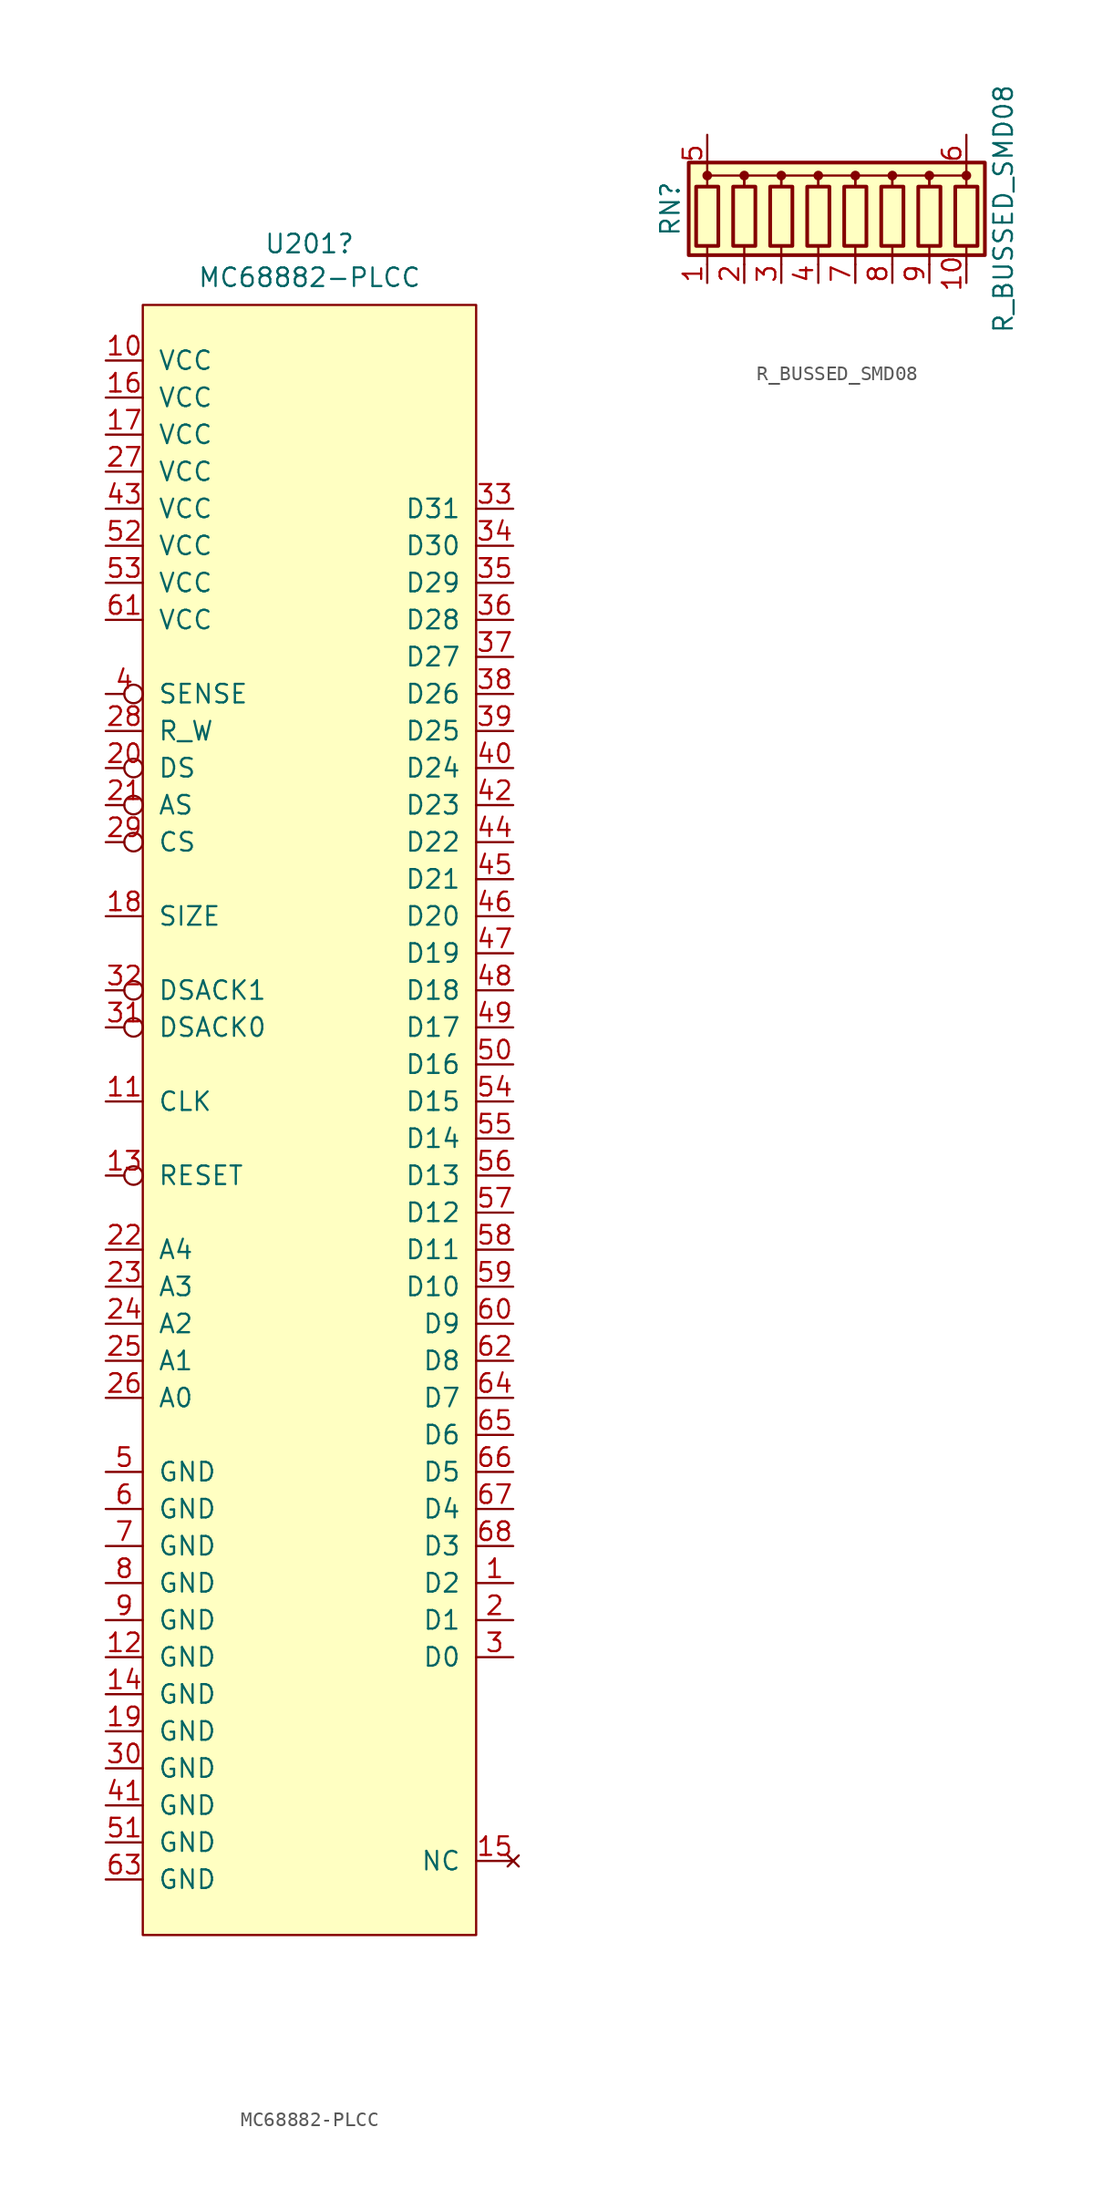
<source format=kicad_sym>
(kicad_symbol_lib
  (version 20211014)
  (generator kicad_symbol_editor)
  (symbol "MC68882-PLCC"
    (pin_names
      (offset 1.016))
    (property "Reference" "U201"
      (at 0 44.831 0)
      (effects (font (size 1.27 1.27))))
    (property "Value" "MC68882-PLCC"
      (at 0 42.52 0)
      (effects (font (size 1.27 1.27))))
    (symbol "MC68882-PLCC_0_0"
      (pin no_connect line (at 13.97 -66.04 180) (length 2.54) (name "NC" (effects (font (size 1.27 1.27)))) (number "15" (effects (font (size 1.27 1.27))))))
    (symbol "MC68882-PLCC_0_1"
      (rectangle (start -11.43 40.64) (end 11.43 -71.12) (stroke (width 0) (type default) (color 0 0 0 0)) (fill (type background))))
    (symbol "MC68882-PLCC_1_1"
      (pin bidirectional line (at 13.97 -46.99 180) (length 2.54) (name "D2" (effects (font (size 1.27 1.27)))) (number "1" (effects (font (size 1.27 1.27)))))
      (pin power_in line (at -13.97 36.83 0) (length 2.54) (name "VCC" (effects (font (size 1.27 1.27)))) (number "10" (effects (font (size 1.27 1.27)))))
      (pin input line (at -13.97 -13.97 0) (length 2.54) (name "CLK" (effects (font (size 1.27 1.27)))) (number "11" (effects (font (size 1.27 1.27)))))
      (pin power_in line (at -13.97 -52.07 0) (length 2.54) (name "GND" (effects (font (size 1.27 1.27)))) (number "12" (effects (font (size 1.27 1.27)))))
      (pin input inverted (at -13.97 -19.05 0) (length 2.54) (name "RESET" (effects (font (size 1.27 1.27)))) (number "13" (effects (font (size 1.27 1.27)))))
      (pin power_in line (at -13.97 -54.61 0) (length 2.54) (name "GND" (effects (font (size 1.27 1.27)))) (number "14" (effects (font (size 1.27 1.27)))))
      (pin power_in line (at -13.97 34.29 0) (length 2.54) (name "VCC" (effects (font (size 1.27 1.27)))) (number "16" (effects (font (size 1.27 1.27)))))
      (pin power_in line (at -13.97 31.75 0) (length 2.54) (name "VCC" (effects (font (size 1.27 1.27)))) (number "17" (effects (font (size 1.27 1.27)))))
      (pin input line (at -13.97 -1.27 0) (length 2.54) (name "SIZE" (effects (font (size 1.27 1.27)))) (number "18" (effects (font (size 1.27 1.27)))))
      (pin power_in line (at -13.97 -57.15 0) (length 2.54) (name "GND" (effects (font (size 1.27 1.27)))) (number "19" (effects (font (size 1.27 1.27)))))
      (pin bidirectional line (at 13.97 -49.53 180) (length 2.54) (name "D1" (effects (font (size 1.27 1.27)))) (number "2" (effects (font (size 1.27 1.27)))))
      (pin input inverted (at -13.97 8.89 0) (length 2.54) (name "DS" (effects (font (size 1.27 1.27)))) (number "20" (effects (font (size 1.27 1.27)))))
      (pin input inverted (at -13.97 6.35 0) (length 2.54) (name "AS" (effects (font (size 1.27 1.27)))) (number "21" (effects (font (size 1.27 1.27)))))
      (pin input line (at -13.97 -24.13 0) (length 2.54) (name "A4" (effects (font (size 1.27 1.27)))) (number "22" (effects (font (size 1.27 1.27)))))
      (pin input line (at -13.97 -26.67 0) (length 2.54) (name "A3" (effects (font (size 1.27 1.27)))) (number "23" (effects (font (size 1.27 1.27)))))
      (pin input line (at -13.97 -29.21 0) (length 2.54) (name "A2" (effects (font (size 1.27 1.27)))) (number "24" (effects (font (size 1.27 1.27)))))
      (pin input line (at -13.97 -31.75 0) (length 2.54) (name "A1" (effects (font (size 1.27 1.27)))) (number "25" (effects (font (size 1.27 1.27)))))
      (pin input line (at -13.97 -34.29 0) (length 2.54) (name "A0" (effects (font (size 1.27 1.27)))) (number "26" (effects (font (size 1.27 1.27)))))
      (pin power_in line (at -13.97 29.21 0) (length 2.54) (name "VCC" (effects (font (size 1.27 1.27)))) (number "27" (effects (font (size 1.27 1.27)))))
      (pin input line (at -13.97 11.43 0) (length 2.54) (name "R_W" (effects (font (size 1.27 1.27)))) (number "28" (effects (font (size 1.27 1.27)))))
      (pin input inverted (at -13.97 3.81 0) (length 2.54) (name "CS" (effects (font (size 1.27 1.27)))) (number "29" (effects (font (size 1.27 1.27)))))
      (pin bidirectional line (at 13.97 -52.07 180) (length 2.54) (name "D0" (effects (font (size 1.27 1.27)))) (number "3" (effects (font (size 1.27 1.27)))))
      (pin power_in line (at -13.97 -59.69 0) (length 2.54) (name "GND" (effects (font (size 1.27 1.27)))) (number "30" (effects (font (size 1.27 1.27)))))
      (pin output inverted (at -13.97 -8.89 0) (length 2.54) (name "DSACK0" (effects (font (size 1.27 1.27)))) (number "31" (effects (font (size 1.27 1.27)))))
      (pin output inverted (at -13.97 -6.35 0) (length 2.54) (name "DSACK1" (effects (font (size 1.27 1.27)))) (number "32" (effects (font (size 1.27 1.27)))))
      (pin bidirectional line (at 13.97 26.67 180) (length 2.54) (name "D31" (effects (font (size 1.27 1.27)))) (number "33" (effects (font (size 1.27 1.27)))))
      (pin bidirectional line (at 13.97 24.13 180) (length 2.54) (name "D30" (effects (font (size 1.27 1.27)))) (number "34" (effects (font (size 1.27 1.27)))))
      (pin bidirectional line (at 13.97 21.59 180) (length 2.54) (name "D29" (effects (font (size 1.27 1.27)))) (number "35" (effects (font (size 1.27 1.27)))))
      (pin bidirectional line (at 13.97 19.05 180) (length 2.54) (name "D28" (effects (font (size 1.27 1.27)))) (number "36" (effects (font (size 1.27 1.27)))))
      (pin bidirectional line (at 13.97 16.51 180) (length 2.54) (name "D27" (effects (font (size 1.27 1.27)))) (number "37" (effects (font (size 1.27 1.27)))))
      (pin bidirectional line (at 13.97 13.97 180) (length 2.54) (name "D26" (effects (font (size 1.27 1.27)))) (number "38" (effects (font (size 1.27 1.27)))))
      (pin bidirectional line (at 13.97 11.43 180) (length 2.54) (name "D25" (effects (font (size 1.27 1.27)))) (number "39" (effects (font (size 1.27 1.27)))))
      (pin output inverted (at -13.97 13.97 0) (length 2.54) (name "SENSE" (effects (font (size 1.27 1.27)))) (number "4" (effects (font (size 1.27 1.27)))))
      (pin bidirectional line (at 13.97 8.89 180) (length 2.54) (name "D24" (effects (font (size 1.27 1.27)))) (number "40" (effects (font (size 1.27 1.27)))))
      (pin power_in line (at -13.97 -62.23 0) (length 2.54) (name "GND" (effects (font (size 1.27 1.27)))) (number "41" (effects (font (size 1.27 1.27)))))
      (pin bidirectional line (at 13.97 6.35 180) (length 2.54) (name "D23" (effects (font (size 1.27 1.27)))) (number "42" (effects (font (size 1.27 1.27)))))
      (pin power_in line (at -13.97 26.67 0) (length 2.54) (name "VCC" (effects (font (size 1.27 1.27)))) (number "43" (effects (font (size 1.27 1.27)))))
      (pin bidirectional line (at 13.97 3.81 180) (length 2.54) (name "D22" (effects (font (size 1.27 1.27)))) (number "44" (effects (font (size 1.27 1.27)))))
      (pin bidirectional line (at 13.97 1.27 180) (length 2.54) (name "D21" (effects (font (size 1.27 1.27)))) (number "45" (effects (font (size 1.27 1.27)))))
      (pin bidirectional line (at 13.97 -1.27 180) (length 2.54) (name "D20" (effects (font (size 1.27 1.27)))) (number "46" (effects (font (size 1.27 1.27)))))
      (pin bidirectional line (at 13.97 -3.81 180) (length 2.54) (name "D19" (effects (font (size 1.27 1.27)))) (number "47" (effects (font (size 1.27 1.27)))))
      (pin bidirectional line (at 13.97 -6.35 180) (length 2.54) (name "D18" (effects (font (size 1.27 1.27)))) (number "48" (effects (font (size 1.27 1.27)))))
      (pin bidirectional line (at 13.97 -8.89 180) (length 2.54) (name "D17" (effects (font (size 1.27 1.27)))) (number "49" (effects (font (size 1.27 1.27)))))
      (pin power_in line (at -13.97 -39.37 0) (length 2.54) (name "GND" (effects (font (size 1.27 1.27)))) (number "5" (effects (font (size 1.27 1.27)))))
      (pin bidirectional line (at 13.97 -11.43 180) (length 2.54) (name "D16" (effects (font (size 1.27 1.27)))) (number "50" (effects (font (size 1.27 1.27)))))
      (pin power_in line (at -13.97 -64.77 0) (length 2.54) (name "GND" (effects (font (size 1.27 1.27)))) (number "51" (effects (font (size 1.27 1.27)))))
      (pin power_in line (at -13.97 24.13 0) (length 2.54) (name "VCC" (effects (font (size 1.27 1.27)))) (number "52" (effects (font (size 1.27 1.27)))))
      (pin power_in line (at -13.97 21.59 0) (length 2.54) (name "VCC" (effects (font (size 1.27 1.27)))) (number "53" (effects (font (size 1.27 1.27)))))
      (pin bidirectional line (at 13.97 -13.97 180) (length 2.54) (name "D15" (effects (font (size 1.27 1.27)))) (number "54" (effects (font (size 1.27 1.27)))))
      (pin bidirectional line (at 13.97 -16.51 180) (length 2.54) (name "D14" (effects (font (size 1.27 1.27)))) (number "55" (effects (font (size 1.27 1.27)))))
      (pin bidirectional line (at 13.97 -19.05 180) (length 2.54) (name "D13" (effects (font (size 1.27 1.27)))) (number "56" (effects (font (size 1.27 1.27)))))
      (pin bidirectional line (at 13.97 -21.59 180) (length 2.54) (name "D12" (effects (font (size 1.27 1.27)))) (number "57" (effects (font (size 1.27 1.27)))))
      (pin bidirectional line (at 13.97 -24.13 180) (length 2.54) (name "D11" (effects (font (size 1.27 1.27)))) (number "58" (effects (font (size 1.27 1.27)))))
      (pin bidirectional line (at 13.97 -26.67 180) (length 2.54) (name "D10" (effects (font (size 1.27 1.27)))) (number "59" (effects (font (size 1.27 1.27)))))
      (pin power_in line (at -13.97 -41.91 0) (length 2.54) (name "GND" (effects (font (size 1.27 1.27)))) (number "6" (effects (font (size 1.27 1.27)))))
      (pin bidirectional line (at 13.97 -29.21 180) (length 2.54) (name "D9" (effects (font (size 1.27 1.27)))) (number "60" (effects (font (size 1.27 1.27)))))
      (pin power_in line (at -13.97 19.05 0) (length 2.54) (name "VCC" (effects (font (size 1.27 1.27)))) (number "61" (effects (font (size 1.27 1.27)))))
      (pin bidirectional line (at 13.97 -31.75 180) (length 2.54) (name "D8" (effects (font (size 1.27 1.27)))) (number "62" (effects (font (size 1.27 1.27)))))
      (pin power_in line (at -13.97 -67.31 0) (length 2.54) (name "GND" (effects (font (size 1.27 1.27)))) (number "63" (effects (font (size 1.27 1.27)))))
      (pin bidirectional line (at 13.97 -34.29 180) (length 2.54) (name "D7" (effects (font (size 1.27 1.27)))) (number "64" (effects (font (size 1.27 1.27)))))
      (pin bidirectional line (at 13.97 -36.83 180) (length 2.54) (name "D6" (effects (font (size 1.27 1.27)))) (number "65" (effects (font (size 1.27 1.27)))))
      (pin bidirectional line (at 13.97 -39.37 180) (length 2.54) (name "D5" (effects (font (size 1.27 1.27)))) (number "66" (effects (font (size 1.27 1.27)))))
      (pin bidirectional line (at 13.97 -41.91 180) (length 2.54) (name "D4" (effects (font (size 1.27 1.27)))) (number "67" (effects (font (size 1.27 1.27)))))
      (pin bidirectional line (at 13.97 -44.45 180) (length 2.54) (name "D3" (effects (font (size 1.27 1.27)))) (number "68" (effects (font (size 1.27 1.27)))))
      (pin power_in line (at -13.97 -44.45 0) (length 2.54) (name "GND" (effects (font (size 1.27 1.27)))) (number "7" (effects (font (size 1.27 1.27)))))
      (pin power_in line (at -13.97 -46.99 0) (length 2.54) (name "GND" (effects (font (size 1.27 1.27)))) (number "8" (effects (font (size 1.27 1.27)))))
      (pin power_in line (at -13.97 -49.53 0) (length 2.54) (name "GND" (effects (font (size 1.27 1.27)))) (number "9" (effects (font (size 1.27 1.27)))))))
  (symbol "R_BUSSED_SMD08"
    (pin_names
      (offset 0) hide)
    (property "Reference" "RN"
      (at -12.7 0 90)
      (effects (font (size 1.27 1.27))))
    (property "Value" "R_BUSSED_SMD08"
      (at 10.16 0 90)
      (effects (font (size 1.27 1.27))))
    (symbol "R_BUSSED_SMD08_0_0"
      (pin passive line (at 7.62 5.08 270) (length 2.54) (name "common" (effects (font (size 1.27 1.27)))) (number "6" (effects (font (size 1.27 1.27))))))
    (symbol "R_BUSSED_SMD08_0_1"
      (rectangle (start -11.43 -3.175) (end 8.89 3.175) (stroke (width 0.254) (type default) (color 0 0 0 0)) (fill (type background)))
      (rectangle (start -10.922 1.524) (end -9.398 -2.54) (stroke (width 0.254) (type default) (color 0 0 0 0)) (fill (type none)))
      (circle (center -10.16 2.286) (radius 0.254) (stroke (width 0) (type default) (color 0 0 0 0)) (fill (type outline)))
      (rectangle (start -8.382 1.524) (end -6.858 -2.54) (stroke (width 0.254) (type default) (color 0 0 0 0)) (fill (type none)))
      (circle (center -7.62 2.286) (radius 0.254) (stroke (width 0) (type default) (color 0 0 0 0)) (fill (type outline)))
      (rectangle (start -5.842 1.524) (end -4.318 -2.54) (stroke (width 0.254) (type default) (color 0 0 0 0)) (fill (type none)))
      (circle (center -5.08 2.286) (radius 0.254) (stroke (width 0) (type default) (color 0 0 0 0)) (fill (type outline)))
      (rectangle (start -3.302 1.524) (end -1.778 -2.54) (stroke (width 0.254) (type default) (color 0 0 0 0)) (fill (type none)))
      (circle (center -2.54 2.286) (radius 0.254) (stroke (width 0) (type default) (color 0 0 0 0)) (fill (type outline)))
      (rectangle (start -0.762 1.524) (end 0.762 -2.54) (stroke (width 0.254) (type default) (color 0 0 0 0)) (fill (type none)))
      (polyline (pts (xy -10.16 -2.54) (xy -10.16 -3.81)) (stroke (width 0) (type default) (color 0 0 0 0)) (fill (type none)))
      (polyline (pts (xy -7.62 -2.54) (xy -7.62 -3.81)) (stroke (width 0) (type default) (color 0 0 0 0)) (fill (type none)))
      (polyline (pts (xy -5.08 -2.54) (xy -5.08 -3.81)) (stroke (width 0) (type default) (color 0 0 0 0)) (fill (type none)))
      (polyline (pts (xy -2.54 -2.54) (xy -2.54 -3.81)) (stroke (width 0) (type default) (color 0 0 0 0)) (fill (type none)))
      (polyline (pts (xy 0 -2.54) (xy 0 -3.81)) (stroke (width 0) (type default) (color 0 0 0 0)) (fill (type none)))
      (polyline (pts (xy 2.54 -2.54) (xy 2.54 -3.81)) (stroke (width 0) (type default) (color 0 0 0 0)) (fill (type none)))
      (polyline (pts (xy 5.08 -2.54) (xy 5.08 -3.81)) (stroke (width 0) (type default) (color 0 0 0 0)) (fill (type none)))
      (polyline (pts (xy 7.62 -2.54) (xy 7.62 -3.81)) (stroke (width 0) (type default) (color 0 0 0 0)) (fill (type none)))
      (polyline (pts (xy -10.16 1.524) (xy -10.16 2.286) (xy -7.62 2.286) (xy -7.62 1.524)) (stroke (width 0) (type default) (color 0 0 0 0)) (fill (type none)))
      (polyline (pts (xy -7.62 1.524) (xy -7.62 2.286) (xy -5.08 2.286) (xy -5.08 1.524)) (stroke (width 0) (type default) (color 0 0 0 0)) (fill (type none)))
      (polyline (pts (xy -5.08 1.524) (xy -5.08 2.286) (xy -2.54 2.286) (xy -2.54 1.524)) (stroke (width 0) (type default) (color 0 0 0 0)) (fill (type none)))
      (polyline (pts (xy -2.54 1.524) (xy -2.54 2.286) (xy 0 2.286) (xy 0 1.524)) (stroke (width 0) (type default) (color 0 0 0 0)) (fill (type none)))
      (polyline (pts (xy 0 1.524) (xy 0 2.286) (xy 2.54 2.286) (xy 2.54 1.524)) (stroke (width 0) (type default) (color 0 0 0 0)) (fill (type none)))
      (polyline (pts (xy 2.54 1.524) (xy 2.54 2.286) (xy 5.08 2.286) (xy 5.08 1.524)) (stroke (width 0) (type default) (color 0 0 0 0)) (fill (type none)))
      (polyline (pts (xy 5.08 1.524) (xy 5.08 2.286) (xy 7.62 2.286) (xy 7.62 1.524)) (stroke (width 0) (type default) (color 0 0 0 0)) (fill (type none)))
      (circle (center 0 2.286) (radius 0.254) (stroke (width 0) (type default) (color 0 0 0 0)) (fill (type outline)))
      (rectangle (start 1.778 1.524) (end 3.302 -2.54) (stroke (width 0.254) (type default) (color 0 0 0 0)) (fill (type none)))
      (circle (center 2.54 2.286) (radius 0.254) (stroke (width 0) (type default) (color 0 0 0 0)) (fill (type outline)))
      (rectangle (start 4.318 1.524) (end 5.842 -2.54) (stroke (width 0.254) (type default) (color 0 0 0 0)) (fill (type none)))
      (circle (center 5.08 2.286) (radius 0.254) (stroke (width 0) (type default) (color 0 0 0 0)) (fill (type outline)))
      (rectangle (start 6.858 1.524) (end 8.382 -2.54) (stroke (width 0.254) (type default) (color 0 0 0 0)) (fill (type none)))
      (circle (center 7.62 2.286) (radius 0.254) (stroke (width 0) (type default) (color 0 0 0 0)) (fill (type outline))))
    (symbol "R_BUSSED_SMD08_1_1"
      (pin passive line (at -10.16 -5.08 90) (length 1.27) (name "R1" (effects (font (size 1.27 1.27)))) (number "1" (effects (font (size 1.27 1.27)))))
      (pin passive line (at 7.62 -5.08 90) (length 1.27) (name "R8" (effects (font (size 1.27 1.27)))) (number "10" (effects (font (size 1.27 1.27)))))
      (pin passive line (at -7.62 -5.08 90) (length 1.27) (name "R2" (effects (font (size 1.27 1.27)))) (number "2" (effects (font (size 1.27 1.27)))))
      (pin passive line (at -5.08 -5.08 90) (length 1.27) (name "R3" (effects (font (size 1.27 1.27)))) (number "3" (effects (font (size 1.27 1.27)))))
      (pin passive line (at -2.54 -5.08 90) (length 1.27) (name "R4" (effects (font (size 1.27 1.27)))) (number "4" (effects (font (size 1.27 1.27)))))
      (pin passive line (at -10.16 5.08 270) (length 2.54) (name "common" (effects (font (size 1.27 1.27)))) (number "5" (effects (font (size 1.27 1.27)))))
      (pin passive line (at 0 -5.08 90) (length 1.27) (name "R5" (effects (font (size 1.27 1.27)))) (number "7" (effects (font (size 1.27 1.27)))))
      (pin passive line (at 2.54 -5.08 90) (length 1.27) (name "R6" (effects (font (size 1.27 1.27)))) (number "8" (effects (font (size 1.27 1.27)))))
      (pin passive line (at 5.08 -5.08 90) (length 1.27) (name "R7" (effects (font (size 1.27 1.27)))) (number "9" (effects (font (size 1.27 1.27))))))))
</source>
